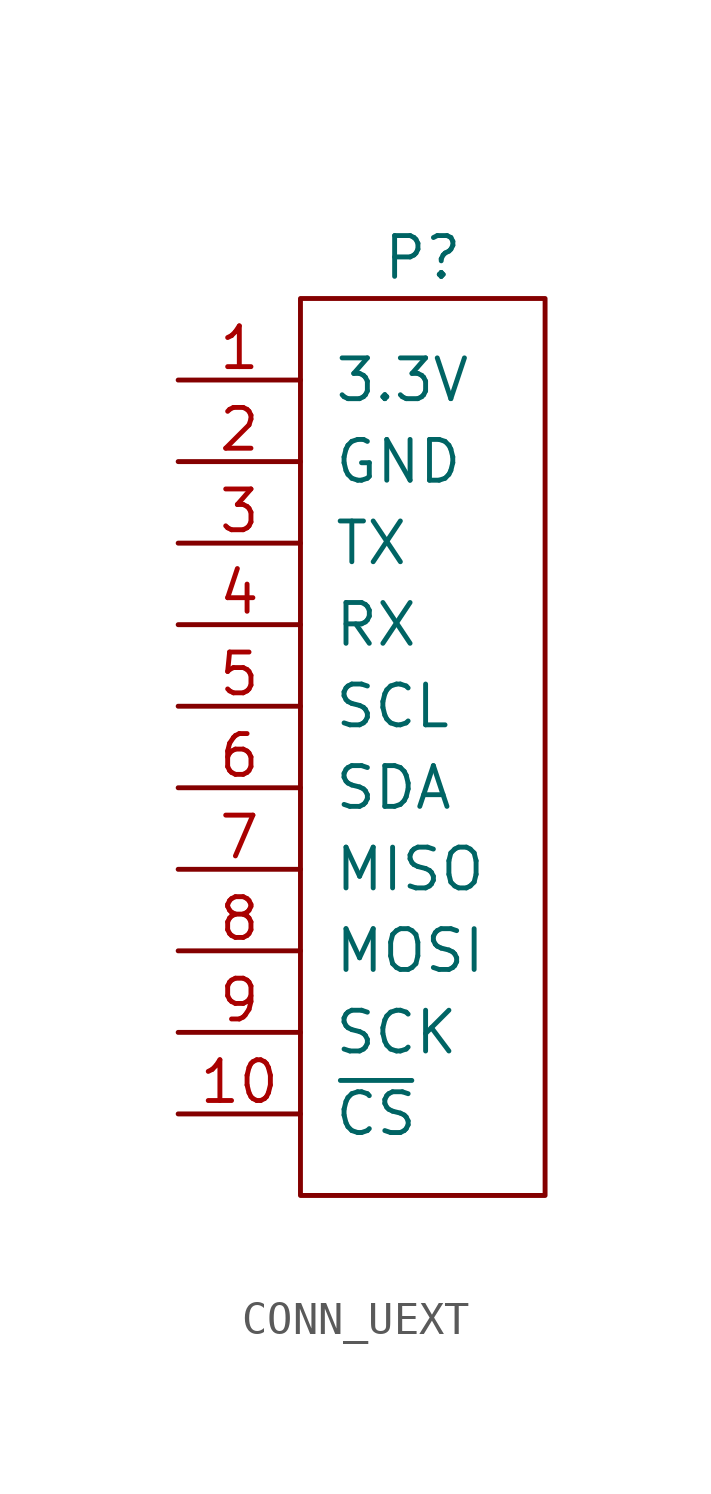
<source format=kicad_sym>
(kicad_symbol_lib
  (version 20211014)
  (generator kicad_symbol_editor)
  (symbol "CONN_UEXT"
    (pin_names
      (offset 1.016))
    (property "Reference" "P"
      (at 2.54 12.7 0)
      (effects (font (size 1.27 1.27))))
    (symbol "CONN_UEXT_0_1"
      (rectangle (start -1.27 11.43) (end 6.35 -16.51) (stroke (width 0) (type default) (color 0 0 0 0)) (fill (type none))))
    (symbol "CONN_UEXT_1_1"
      (pin power_in line (at -5.08 8.89 0) (length 3.81) (name "3.3V" (effects (font (size 1.27 1.27)))) (number "1" (effects (font (size 1.27 1.27)))))
      (pin input line (at -5.08 -13.97 0) (length 3.81) (name "~{CS}" (effects (font (size 1.27 1.27)))) (number "10" (effects (font (size 1.27 1.27)))))
      (pin power_in line (at -5.08 6.35 0) (length 3.81) (name "GND" (effects (font (size 1.27 1.27)))) (number "2" (effects (font (size 1.27 1.27)))))
      (pin input line (at -5.08 3.81 0) (length 3.81) (name "TX" (effects (font (size 1.27 1.27)))) (number "3" (effects (font (size 1.27 1.27)))))
      (pin output line (at -5.08 1.27 0) (length 3.81) (name "RX" (effects (font (size 1.27 1.27)))) (number "4" (effects (font (size 1.27 1.27)))))
      (pin input line (at -5.08 -1.27 0) (length 3.81) (name "SCL" (effects (font (size 1.27 1.27)))) (number "5" (effects (font (size 1.27 1.27)))))
      (pin bidirectional line (at -5.08 -3.81 0) (length 3.81) (name "SDA" (effects (font (size 1.27 1.27)))) (number "6" (effects (font (size 1.27 1.27)))))
      (pin output line (at -5.08 -6.35 0) (length 3.81) (name "MISO" (effects (font (size 1.27 1.27)))) (number "7" (effects (font (size 1.27 1.27)))))
      (pin input line (at -5.08 -8.89 0) (length 3.81) (name "MOSI" (effects (font (size 1.27 1.27)))) (number "8" (effects (font (size 1.27 1.27)))))
      (pin input line (at -5.08 -11.43 0) (length 3.81) (name "SCK" (effects (font (size 1.27 1.27)))) (number "9" (effects (font (size 1.27 1.27))))))))
</source>
